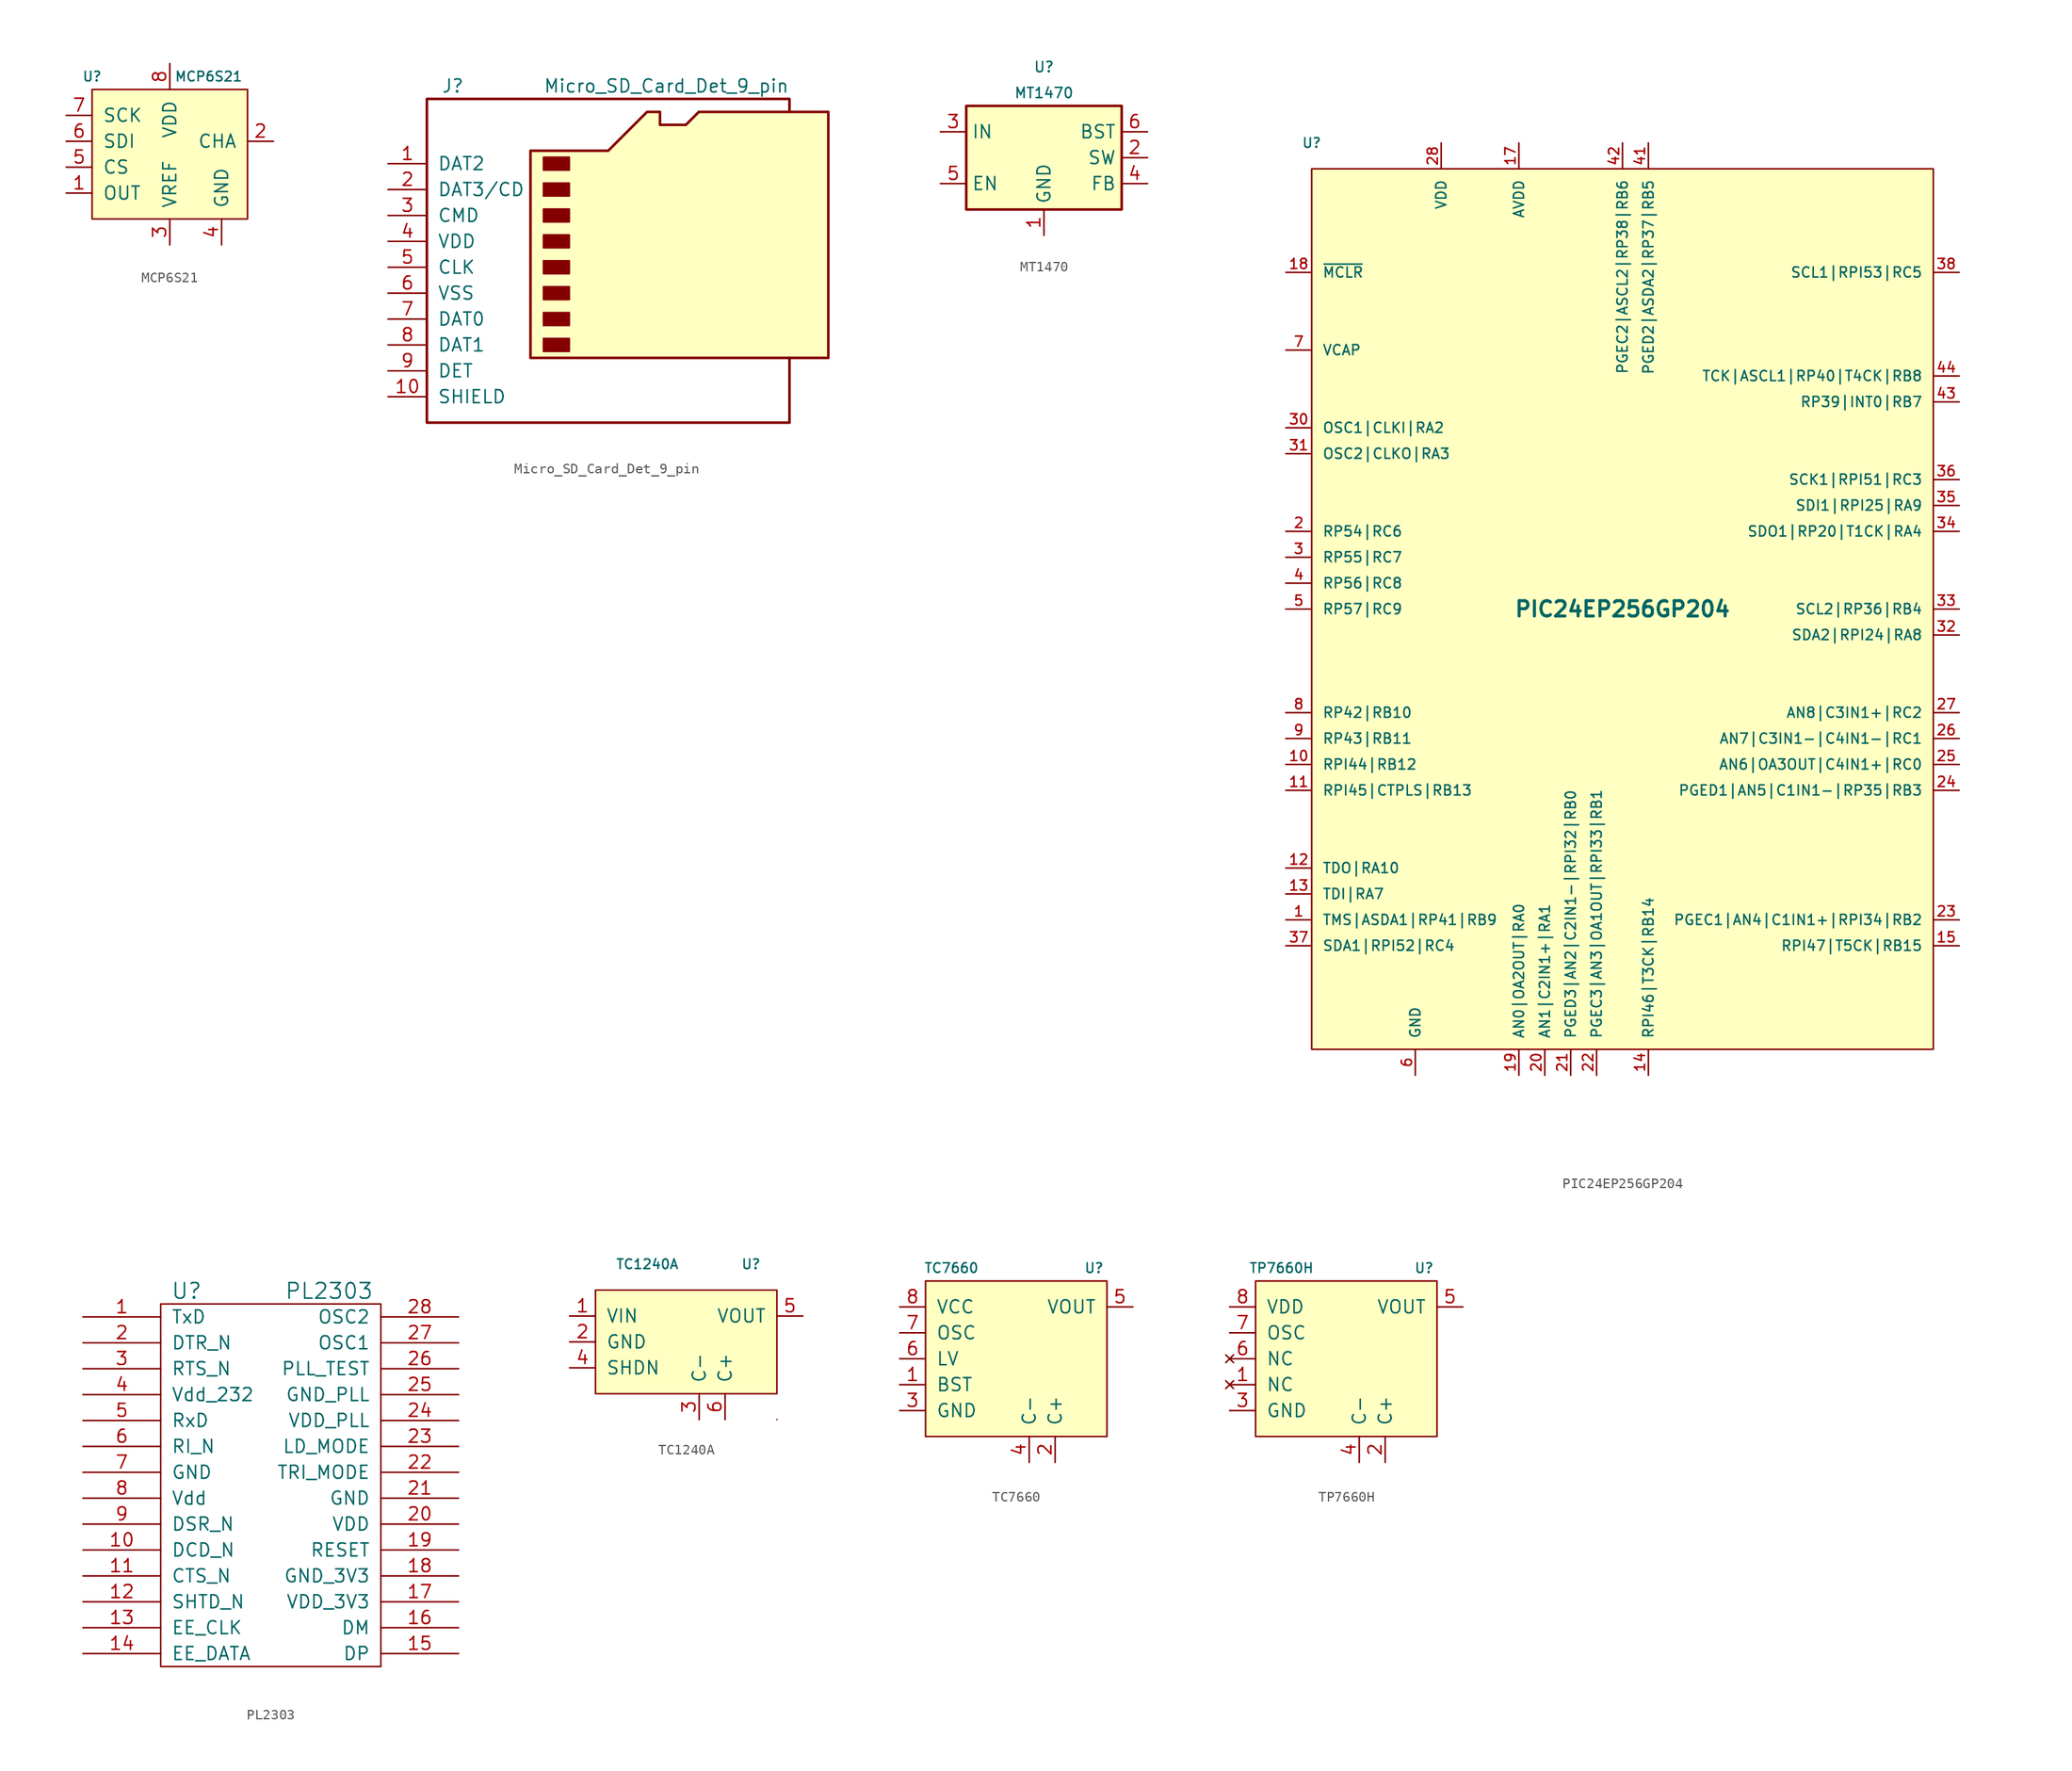
<source format=kicad_sym>
(kicad_symbol_lib
  (version 20220914)
  (generator kicad_symbol_editor)
  (symbol "MCP6S21"
    (pin_names
      (offset 1.016))
    (property "Reference" "U"
      (at -7.62 7.62 0)
      (effects (font (size 0.94 0.94))))
    (property "Value" "MCP6S21"
      (at 3.81 7.62 0)
      (effects (font (size 0.94 0.94))))
    (symbol "MCP6S21_0_0"
      (rectangle (start -7.62 6.35) (end 7.62 -6.35) (stroke (width 0) (type default)) (fill (type background))))
    (symbol "MCP6S21_1_1"
      (pin output line (at -10.16 -3.81 0) (length 2.54) (name "OUT" (effects (font (size 1.27 1.27)))) (number "1" (effects (font (size 1.27 1.27)))))
      (pin input line (at 10.16 1.27 180) (length 2.54) (name "CHA" (effects (font (size 1.27 1.27)))) (number "2" (effects (font (size 1.27 1.27)))))
      (pin input line (at 0 -8.89 90) (length 2.54) (name "VREF" (effects (font (size 1.27 1.27)))) (number "3" (effects (font (size 1.27 1.27)))))
      (pin power_in line (at 5.08 -8.89 90) (length 2.54) (name "GND" (effects (font (size 1.27 1.27)))) (number "4" (effects (font (size 1.27 1.27)))))
      (pin input line (at -10.16 -1.27 0) (length 2.54) (name "CS" (effects (font (size 1.27 1.27)))) (number "5" (effects (font (size 1.27 1.27)))))
      (pin input line (at -10.16 1.27 0) (length 2.54) (name "SDI" (effects (font (size 1.27 1.27)))) (number "6" (effects (font (size 1.27 1.27)))))
      (pin input line (at -10.16 3.81 0) (length 2.54) (name "SCK" (effects (font (size 1.27 1.27)))) (number "7" (effects (font (size 1.27 1.27)))))
      (pin power_in line (at 0 8.89 270) (length 2.54) (name "VDD" (effects (font (size 1.27 1.27)))) (number "8" (effects (font (size 1.27 1.27)))))))
  (symbol "Micro_SD_Card_Det_9_pin"
    (pin_names
      (offset 1.016))
    (property "Reference" "J"
      (at -16.51 17.78 0)
      (effects (font (size 1.27 1.27))))
    (property "Value" "Micro_SD_Card_Det_9_pin"
      (at 16.51 17.78 0)
      (effects (font (size 1.27 1.27)) (justify right)))
    (symbol "Micro_SD_Card_Det_9_pin_0_1"
      (rectangle (start -7.62 -6.985) (end -5.08 -8.255) (stroke (width 0) (type default)) (fill (type outline)))
      (rectangle (start -7.62 -4.445) (end -5.08 -5.715) (stroke (width 0) (type default)) (fill (type outline)))
      (rectangle (start -7.62 -1.905) (end -5.08 -3.175) (stroke (width 0) (type default)) (fill (type outline)))
      (rectangle (start -7.62 0.635) (end -5.08 -0.635) (stroke (width 0) (type default)) (fill (type outline)))
      (rectangle (start -7.62 3.175) (end -5.08 1.905) (stroke (width 0) (type default)) (fill (type outline)))
      (rectangle (start -7.62 5.715) (end -5.08 4.445) (stroke (width 0) (type default)) (fill (type outline)))
      (rectangle (start -7.62 8.255) (end -5.08 6.985) (stroke (width 0) (type default)) (fill (type outline)))
      (rectangle (start -7.62 10.795) (end -5.08 9.525) (stroke (width 0) (type default)) (fill (type outline)))
      (polyline (pts (xy 16.51 15.24) (xy 16.51 16.51) (xy -19.05 16.51) (xy -19.05 -15.24) (xy 16.51 -15.24) (xy 16.51 -8.89)) (stroke (width 0.254) (type default)) (fill (type none)))
      (polyline (pts (xy -8.89 -8.89) (xy -8.89 11.43) (xy -1.27 11.43) (xy 2.54 15.24) (xy 3.81 15.24) (xy 3.81 13.97) (xy 6.35 13.97) (xy 7.62 15.24) (xy 20.32 15.24) (xy 20.32 -8.89) (xy -8.89 -8.89)) (stroke (width 0.254) (type default)) (fill (type background))))
    (symbol "Micro_SD_Card_Det_9_pin_1_1"
      (pin bidirectional line (at -22.86 10.16 0) (length 3.81) (name "DAT2" (effects (font (size 1.27 1.27)))) (number "1" (effects (font (size 1.27 1.27)))))
      (pin power_in line (at -22.86 -12.7 0) (length 3.81) (name "SHIELD" (effects (font (size 1.27 1.27)))) (number "10" (effects (font (size 1.27 1.27)))))
      (pin bidirectional line (at -22.86 7.62 0) (length 3.81) (name "DAT3/CD" (effects (font (size 1.27 1.27)))) (number "2" (effects (font (size 1.27 1.27)))))
      (pin input line (at -22.86 5.08 0) (length 3.81) (name "CMD" (effects (font (size 1.27 1.27)))) (number "3" (effects (font (size 1.27 1.27)))))
      (pin power_in line (at -22.86 2.54 0) (length 3.81) (name "VDD" (effects (font (size 1.27 1.27)))) (number "4" (effects (font (size 1.27 1.27)))))
      (pin input line (at -22.86 0 0) (length 3.81) (name "CLK" (effects (font (size 1.27 1.27)))) (number "5" (effects (font (size 1.27 1.27)))))
      (pin power_in line (at -22.86 -2.54 0) (length 3.81) (name "VSS" (effects (font (size 1.27 1.27)))) (number "6" (effects (font (size 1.27 1.27)))))
      (pin bidirectional line (at -22.86 -5.08 0) (length 3.81) (name "DAT0" (effects (font (size 1.27 1.27)))) (number "7" (effects (font (size 1.27 1.27)))))
      (pin bidirectional line (at -22.86 -7.62 0) (length 3.81) (name "DAT1" (effects (font (size 1.27 1.27)))) (number "8" (effects (font (size 1.27 1.27)))))
      (pin passive line (at -22.86 -10.16 0) (length 3.81) (name "DET" (effects (font (size 1.27 1.27)))) (number "9" (effects (font (size 1.27 1.27)))))))
  (symbol "MT1470"
    (property "Reference" "U"
      (at 0 8.89 0)
      (effects (font (size 1 1))))
    (property "Value" "MT1470"
      (at 0 6.35 0)
      (effects (font (size 1 1))))
    (symbol "MT1470_1_1"
      (rectangle (start -7.62 5.08) (end 7.62 -5.08) (stroke (width 0.25) (type default)) (fill (type background)))
      (pin input line (at 0 -7.62 90) (length 2.54) (name "GND" (effects (font (size 1.27 1.27)))) (number "1" (effects (font (size 1.27 1.27)))))
      (pin input line (at 10.16 0 180) (length 2.54) (name "SW" (effects (font (size 1.27 1.27)))) (number "2" (effects (font (size 1.27 1.27)))))
      (pin input line (at -10.16 2.54 0) (length 2.54) (name "IN" (effects (font (size 1.27 1.27)))) (number "3" (effects (font (size 1.27 1.27)))))
      (pin input line (at 10.16 -2.54 180) (length 2.54) (name "FB" (effects (font (size 1.27 1.27)))) (number "4" (effects (font (size 1.27 1.27)))))
      (pin input line (at -10.16 -2.54 0) (length 2.54) (name "EN" (effects (font (size 1.27 1.27)))) (number "5" (effects (font (size 1.27 1.27)))))
      (pin input line (at 10.16 2.54 180) (length 2.54) (name "BST" (effects (font (size 1.27 1.27)))) (number "6" (effects (font (size 1.27 1.27)))))))
  (symbol "PIC24EP256GP204"
    (pin_names
      (offset 1.016))
    (property "Reference" "U"
      (at -30.48 45.72 0)
      (effects (font (size 0.94 0.94))))
    (property "Value" "PIC24EP256GP204"
      (at 0 0 0)
      (effects (font (size 1.499 1.499) bold)))
    (symbol "PIC24EP256GP204_0_1"
      (rectangle (start -30.48 43.18) (end 30.48 -43.18) (stroke (width 0) (type default)) (fill (type background))))
    (symbol "PIC24EP256GP204_1_1"
      (pin bidirectional line (at -33.02 -30.48 0) (length 2.54) (name "TMS|ASDA1|RP41|RB9" (effects (font (size 0.991 0.991)))) (number "1" (effects (font (size 0.991 0.991)))))
      (pin bidirectional line (at -33.02 -15.24 0) (length 2.54) (name "RPI44|RB12" (effects (font (size 0.991 0.991)))) (number "10" (effects (font (size 0.991 0.991)))))
      (pin bidirectional line (at -33.02 -17.78 0) (length 2.54) (name "RPI45|CTPLS|RB13" (effects (font (size 0.991 0.991)))) (number "11" (effects (font (size 0.991 0.991)))))
      (pin bidirectional line (at -33.02 -25.4 0) (length 2.54) (name "TDO|RA10" (effects (font (size 0.991 0.991)))) (number "12" (effects (font (size 0.991 0.991)))))
      (pin bidirectional line (at -33.02 -27.94 0) (length 2.54) (name "TDI|RA7" (effects (font (size 0.991 0.991)))) (number "13" (effects (font (size 0.991 0.991)))))
      (pin bidirectional line (at 2.54 -45.72 90) (length 2.54) (name "RPI46|T3CK|RB14" (effects (font (size 0.991 0.991)))) (number "14" (effects (font (size 0.991 0.991)))))
      (pin bidirectional line (at 33.02 -33.02 180) (length 2.54) (name "RPI47|T5CK|RB15" (effects (font (size 0.991 0.991)))) (number "15" (effects (font (size 0.991 0.991)))))
      (pin power_in line (at -20.32 -45.72 90) (length 2.54) hide (name "GND" (effects (font (size 0.991 0.991)))) (number "16" (effects (font (size 0.991 0.991)))))
      (pin power_in line (at -10.16 45.72 270) (length 2.54) (name "AVDD" (effects (font (size 0.991 0.991)))) (number "17" (effects (font (size 0.991 0.991)))))
      (pin passive line (at -33.02 33.02 0) (length 2.54) (name "~{MCLR}" (effects (font (size 0.991 0.991)))) (number "18" (effects (font (size 0.991 0.991)))))
      (pin bidirectional line (at -10.16 -45.72 90) (length 2.54) (name "AN0|OA2OUT|RA0" (effects (font (size 0.991 0.991)))) (number "19" (effects (font (size 0.991 0.991)))))
      (pin bidirectional line (at -33.02 7.62 0) (length 2.54) (name "RP54|RC6" (effects (font (size 0.991 0.991)))) (number "2" (effects (font (size 0.991 0.991)))))
      (pin bidirectional line (at -7.62 -45.72 90) (length 2.54) (name "AN1|C2IN1+|RA1" (effects (font (size 0.991 0.991)))) (number "20" (effects (font (size 0.991 0.991)))))
      (pin bidirectional line (at -5.08 -45.72 90) (length 2.54) (name "PGED3|AN2|C2IN1-|RPI32|RB0" (effects (font (size 0.991 0.991)))) (number "21" (effects (font (size 0.991 0.991)))))
      (pin bidirectional line (at -2.54 -45.72 90) (length 2.54) (name "PGEC3|AN3|OA1OUT|RPI33|RB1" (effects (font (size 0.991 0.991)))) (number "22" (effects (font (size 0.991 0.991)))))
      (pin bidirectional line (at 33.02 -30.48 180) (length 2.54) (name "PGEC1|AN4|C1IN1+|RPI34|RB2" (effects (font (size 0.991 0.991)))) (number "23" (effects (font (size 0.991 0.991)))))
      (pin bidirectional line (at 33.02 -17.78 180) (length 2.54) (name "PGED1|AN5|C1IN1-|RP35|RB3" (effects (font (size 0.991 0.991)))) (number "24" (effects (font (size 0.991 0.991)))))
      (pin bidirectional line (at 33.02 -15.24 180) (length 2.54) (name "AN6|OA3OUT|C4IN1+|RC0" (effects (font (size 0.991 0.991)))) (number "25" (effects (font (size 0.991 0.991)))))
      (pin bidirectional line (at 33.02 -12.7 180) (length 2.54) (name "AN7|C3IN1-|C4IN1-|RC1" (effects (font (size 0.991 0.991)))) (number "26" (effects (font (size 0.991 0.991)))))
      (pin bidirectional line (at 33.02 -10.16 180) (length 2.54) (name "AN8|C3IN1+|RC2" (effects (font (size 0.991 0.991)))) (number "27" (effects (font (size 0.991 0.991)))))
      (pin input line (at -17.78 45.72 270) (length 2.54) (name "VDD" (effects (font (size 0.991 0.991)))) (number "28" (effects (font (size 0.991 0.991)))))
      (pin power_in line (at -20.32 -45.72 90) (length 2.54) hide (name "GND" (effects (font (size 0.991 0.991)))) (number "29" (effects (font (size 0.991 0.991)))))
      (pin bidirectional line (at -33.02 5.08 0) (length 2.54) (name "RP55|RC7" (effects (font (size 0.991 0.991)))) (number "3" (effects (font (size 0.991 0.991)))))
      (pin bidirectional line (at -33.02 17.78 0) (length 2.54) (name "OSC1|CLKI|RA2" (effects (font (size 0.991 0.991)))) (number "30" (effects (font (size 0.991 0.991)))))
      (pin bidirectional line (at -33.02 15.24 0) (length 2.54) (name "OSC2|CLKO|RA3" (effects (font (size 0.991 0.991)))) (number "31" (effects (font (size 0.991 0.991)))))
      (pin bidirectional line (at 33.02 -2.54 180) (length 2.54) (name "SDA2|RPI24|RA8" (effects (font (size 0.991 0.991)))) (number "32" (effects (font (size 0.991 0.991)))))
      (pin bidirectional line (at 33.02 0 180) (length 2.54) (name "SCL2|RP36|RB4" (effects (font (size 0.991 0.991)))) (number "33" (effects (font (size 0.991 0.991)))))
      (pin bidirectional line (at 33.02 7.62 180) (length 2.54) (name "SDO1|RP20|T1CK|RA4" (effects (font (size 0.991 0.991)))) (number "34" (effects (font (size 0.991 0.991)))))
      (pin bidirectional line (at 33.02 10.16 180) (length 2.54) (name "SDI1|RPI25|RA9" (effects (font (size 0.991 0.991)))) (number "35" (effects (font (size 0.991 0.991)))))
      (pin bidirectional line (at 33.02 12.7 180) (length 2.54) (name "SCK1|RPI51|RC3" (effects (font (size 0.991 0.991)))) (number "36" (effects (font (size 0.991 0.991)))))
      (pin bidirectional line (at -33.02 -33.02 0) (length 2.54) (name "SDA1|RPI52|RC4" (effects (font (size 0.991 0.991)))) (number "37" (effects (font (size 0.991 0.991)))))
      (pin bidirectional line (at 33.02 33.02 180) (length 2.54) (name "SCL1|RPI53|RC5" (effects (font (size 0.991 0.991)))) (number "38" (effects (font (size 0.991 0.991)))))
      (pin power_in line (at -20.32 -45.72 90) (length 2.54) hide (name "GND" (effects (font (size 0.991 0.991)))) (number "39" (effects (font (size 0.991 0.991)))))
      (pin bidirectional line (at -33.02 2.54 0) (length 2.54) (name "RP56|RC8" (effects (font (size 0.991 0.991)))) (number "4" (effects (font (size 0.991 0.991)))))
      (pin input line (at -17.78 45.72 270) (length 2.54) hide (name "VDD" (effects (font (size 0.991 0.991)))) (number "40" (effects (font (size 0.991 0.991)))))
      (pin bidirectional line (at 2.54 45.72 270) (length 2.54) (name "PGED2|ASDA2|RP37|RB5" (effects (font (size 0.991 0.991)))) (number "41" (effects (font (size 0.991 0.991)))))
      (pin bidirectional line (at 0 45.72 270) (length 2.54) (name "PGEC2|ASCL2|RP38|RB6" (effects (font (size 0.991 0.991)))) (number "42" (effects (font (size 0.991 0.991)))))
      (pin bidirectional line (at 33.02 20.32 180) (length 2.54) (name "RP39|INT0|RB7" (effects (font (size 0.991 0.991)))) (number "43" (effects (font (size 0.991 0.991)))))
      (pin bidirectional line (at 33.02 22.86 180) (length 2.54) (name "TCK|ASCL1|RP40|T4CK|RB8" (effects (font (size 0.991 0.991)))) (number "44" (effects (font (size 0.991 0.991)))))
      (pin bidirectional line (at -33.02 0 0) (length 2.54) (name "RP57|RC9" (effects (font (size 0.991 0.991)))) (number "5" (effects (font (size 0.991 0.991)))))
      (pin power_in line (at -20.32 -45.72 90) (length 2.54) (name "GND" (effects (font (size 0.991 0.991)))) (number "6" (effects (font (size 0.991 0.991)))))
      (pin passive line (at -33.02 25.4 0) (length 2.54) (name "VCAP" (effects (font (size 0.991 0.991)))) (number "7" (effects (font (size 0.991 0.991)))))
      (pin bidirectional line (at -33.02 -10.16 0) (length 2.54) (name "RP42|RB10" (effects (font (size 0.991 0.991)))) (number "8" (effects (font (size 0.991 0.991)))))
      (pin bidirectional line (at -33.02 -12.7 0) (length 2.54) (name "RP43|RB11" (effects (font (size 0.991 0.991)))) (number "9" (effects (font (size 0.991 0.991)))))))
  (symbol "PL2303"
    (pin_names
      (offset 1.016))
    (property "Reference" "U"
      (at -8.89 17.78 0)
      (effects (font (size 1.524 1.524))))
    (property "Value" "PL2303"
      (at 5.08 17.78 0)
      (effects (font (size 1.524 1.524))))
    (symbol "PL2303_0_1"
      (rectangle (start -11.43 16.51) (end 10.16 -19.05) (stroke (width 0) (type default)) (fill (type none))))
    (symbol "PL2303_1_1"
      (pin input line (at -19.05 15.24 0) (length 7.62) (name "TxD" (effects (font (size 1.27 1.27)))) (number "1" (effects (font (size 1.27 1.27)))))
      (pin input line (at -19.05 -7.62 0) (length 7.62) (name "DCD_N" (effects (font (size 1.27 1.27)))) (number "10" (effects (font (size 1.27 1.27)))))
      (pin input line (at -19.05 -10.16 0) (length 7.62) (name "CTS_N" (effects (font (size 1.27 1.27)))) (number "11" (effects (font (size 1.27 1.27)))))
      (pin input line (at -19.05 -12.7 0) (length 7.62) (name "SHTD_N" (effects (font (size 1.27 1.27)))) (number "12" (effects (font (size 1.27 1.27)))))
      (pin input line (at -19.05 -15.24 0) (length 7.62) (name "EE_CLK" (effects (font (size 1.27 1.27)))) (number "13" (effects (font (size 1.27 1.27)))))
      (pin input line (at -19.05 -17.78 0) (length 7.62) (name "EE_DATA" (effects (font (size 1.27 1.27)))) (number "14" (effects (font (size 1.27 1.27)))))
      (pin input line (at 17.78 -17.78 180) (length 7.62) (name "DP" (effects (font (size 1.27 1.27)))) (number "15" (effects (font (size 1.27 1.27)))))
      (pin input line (at 17.78 -15.24 180) (length 7.62) (name "DM" (effects (font (size 1.27 1.27)))) (number "16" (effects (font (size 1.27 1.27)))))
      (pin input line (at 17.78 -12.7 180) (length 7.62) (name "VDD_3V3" (effects (font (size 1.27 1.27)))) (number "17" (effects (font (size 1.27 1.27)))))
      (pin input line (at 17.78 -10.16 180) (length 7.62) (name "GND_3V3" (effects (font (size 1.27 1.27)))) (number "18" (effects (font (size 1.27 1.27)))))
      (pin input line (at 17.78 -7.62 180) (length 7.62) (name "RESET" (effects (font (size 1.27 1.27)))) (number "19" (effects (font (size 1.27 1.27)))))
      (pin input line (at -19.05 12.7 0) (length 7.62) (name "DTR_N" (effects (font (size 1.27 1.27)))) (number "2" (effects (font (size 1.27 1.27)))))
      (pin input line (at 17.78 -5.08 180) (length 7.62) (name "VDD" (effects (font (size 1.27 1.27)))) (number "20" (effects (font (size 1.27 1.27)))))
      (pin input line (at 17.78 -2.54 180) (length 7.62) (name "GND" (effects (font (size 1.27 1.27)))) (number "21" (effects (font (size 1.27 1.27)))))
      (pin input line (at 17.78 0 180) (length 7.62) (name "TRI_MODE" (effects (font (size 1.27 1.27)))) (number "22" (effects (font (size 1.27 1.27)))))
      (pin input line (at 17.78 2.54 180) (length 7.62) (name "LD_MODE" (effects (font (size 1.27 1.27)))) (number "23" (effects (font (size 1.27 1.27)))))
      (pin input line (at 17.78 5.08 180) (length 7.62) (name "VDD_PLL" (effects (font (size 1.27 1.27)))) (number "24" (effects (font (size 1.27 1.27)))))
      (pin input line (at 17.78 7.62 180) (length 7.62) (name "GND_PLL" (effects (font (size 1.27 1.27)))) (number "25" (effects (font (size 1.27 1.27)))))
      (pin input line (at 17.78 10.16 180) (length 7.62) (name "PLL_TEST" (effects (font (size 1.27 1.27)))) (number "26" (effects (font (size 1.27 1.27)))))
      (pin input line (at 17.78 12.7 180) (length 7.62) (name "OSC1" (effects (font (size 1.27 1.27)))) (number "27" (effects (font (size 1.27 1.27)))))
      (pin input line (at 17.78 15.24 180) (length 7.62) (name "OSC2" (effects (font (size 1.27 1.27)))) (number "28" (effects (font (size 1.27 1.27)))))
      (pin input line (at -19.05 10.16 0) (length 7.62) (name "RTS_N" (effects (font (size 1.27 1.27)))) (number "3" (effects (font (size 1.27 1.27)))))
      (pin input line (at -19.05 7.62 0) (length 7.62) (name "Vdd_232" (effects (font (size 1.27 1.27)))) (number "4" (effects (font (size 1.27 1.27)))))
      (pin input line (at -19.05 5.08 0) (length 7.62) (name "RxD" (effects (font (size 1.27 1.27)))) (number "5" (effects (font (size 1.27 1.27)))))
      (pin input line (at -19.05 2.54 0) (length 7.62) (name "RI_N" (effects (font (size 1.27 1.27)))) (number "6" (effects (font (size 1.27 1.27)))))
      (pin input line (at -19.05 0 0) (length 7.62) (name "GND" (effects (font (size 1.27 1.27)))) (number "7" (effects (font (size 1.27 1.27)))))
      (pin input line (at -19.05 -2.54 0) (length 7.62) (name "Vdd" (effects (font (size 1.27 1.27)))) (number "8" (effects (font (size 1.27 1.27)))))
      (pin input line (at -19.05 -5.08 0) (length 7.62) (name "DSR_N" (effects (font (size 1.27 1.27)))) (number "9" (effects (font (size 1.27 1.27)))))))
  (symbol "TC1240A"
    (pin_names
      (offset 1.016))
    (property "Reference" "U"
      (at 5.08 7.62 0)
      (effects (font (size 0.94 0.94))))
    (property "Value" "TC1240A"
      (at -5.08 7.62 0)
      (effects (font (size 0.94 0.94))))
    (symbol "TC1240A_0_1"
      (rectangle (start -10.16 5.08) (end 7.62 -5.08) (stroke (width 0) (type default)) (fill (type background)))
      (rectangle (start 7.62 -7.62) (end 7.62 -7.62) (stroke (width 0) (type default)) (fill (type none))))
    (symbol "TC1240A_1_1"
      (pin power_in line (at -12.7 2.54 0) (length 2.54) (name "VIN" (effects (font (size 1.27 1.27)))) (number "1" (effects (font (size 1.27 1.27)))))
      (pin input line (at -12.7 0 0) (length 2.54) (name "GND" (effects (font (size 1.27 1.27)))) (number "2" (effects (font (size 1.27 1.27)))))
      (pin input line (at 0 -7.62 90) (length 2.54) (name "C-" (effects (font (size 1.27 1.27)))) (number "3" (effects (font (size 1.27 1.27)))))
      (pin input line (at -12.7 -2.54 0) (length 2.54) (name "SHDN" (effects (font (size 1.27 1.27)))) (number "4" (effects (font (size 1.27 1.27)))))
      (pin input line (at 10.16 2.54 180) (length 2.54) (name "VOUT" (effects (font (size 1.27 1.27)))) (number "5" (effects (font (size 1.27 1.27)))))
      (pin input line (at 2.54 -7.62 90) (length 2.54) (name "C+" (effects (font (size 1.27 1.27)))) (number "6" (effects (font (size 1.27 1.27)))))))
  (symbol "TC7660"
    (pin_names
      (offset 1.016))
    (property "Reference" "U"
      (at 6.35 3.81 0)
      (effects (font (size 0.94 0.94))))
    (property "Value" "TC7660"
      (at -7.62 3.81 0)
      (effects (font (size 0.94 0.94))))
    (symbol "TC7660_0_1"
      (rectangle (start -10.16 2.54) (end 7.62 -12.7) (stroke (width 0) (type default)) (fill (type background))))
    (symbol "TC7660_1_1"
      (pin input line (at -12.7 -7.62 0) (length 2.54) (name "BST" (effects (font (size 1.27 1.27)))) (number "1" (effects (font (size 1.27 1.27)))))
      (pin input line (at 2.54 -15.24 90) (length 2.54) (name "C+" (effects (font (size 1.27 1.27)))) (number "2" (effects (font (size 1.27 1.27)))))
      (pin input line (at -12.7 -10.16 0) (length 2.54) (name "GND" (effects (font (size 1.27 1.27)))) (number "3" (effects (font (size 1.27 1.27)))))
      (pin input line (at 0 -15.24 90) (length 2.54) (name "C-" (effects (font (size 1.27 1.27)))) (number "4" (effects (font (size 1.27 1.27)))))
      (pin input line (at 10.16 0 180) (length 2.54) (name "VOUT" (effects (font (size 1.27 1.27)))) (number "5" (effects (font (size 1.27 1.27)))))
      (pin input line (at -12.7 -5.08 0) (length 2.54) (name "LV" (effects (font (size 1.27 1.27)))) (number "6" (effects (font (size 1.27 1.27)))))
      (pin input line (at -12.7 -2.54 0) (length 2.54) (name "OSC" (effects (font (size 1.27 1.27)))) (number "7" (effects (font (size 1.27 1.27)))))
      (pin input line (at -12.7 0 0) (length 2.54) (name "VCC" (effects (font (size 1.27 1.27)))) (number "8" (effects (font (size 1.27 1.27)))))))
  (symbol "TP7660H"
    (pin_names
      (offset 1.016))
    (property "Reference" "U"
      (at 6.35 3.81 0)
      (effects (font (size 0.94 0.94))))
    (property "Value" "TP7660H"
      (at -7.62 3.81 0)
      (effects (font (size 0.94 0.94))))
    (symbol "TP7660H_0_1"
      (rectangle (start -10.16 2.54) (end 7.62 -12.7) (stroke (width 0) (type default)) (fill (type background))))
    (symbol "TP7660H_1_1"
      (pin no_connect line (at -12.7 -7.62 0) (length 2.54) (name "NC" (effects (font (size 1.27 1.27)))) (number "1" (effects (font (size 1.27 1.27)))))
      (pin output line (at 2.54 -15.24 90) (length 2.54) (name "C+" (effects (font (size 1.27 1.27)))) (number "2" (effects (font (size 1.27 1.27)))))
      (pin input line (at -12.7 -10.16 0) (length 2.54) (name "GND" (effects (font (size 1.27 1.27)))) (number "3" (effects (font (size 1.27 1.27)))))
      (pin output line (at 0 -15.24 90) (length 2.54) (name "C-" (effects (font (size 1.27 1.27)))) (number "4" (effects (font (size 1.27 1.27)))))
      (pin power_out line (at 10.16 0 180) (length 2.54) (name "VOUT" (effects (font (size 1.27 1.27)))) (number "5" (effects (font (size 1.27 1.27)))))
      (pin no_connect line (at -12.7 -5.08 0) (length 2.54) (name "NC" (effects (font (size 1.27 1.27)))) (number "6" (effects (font (size 1.27 1.27)))))
      (pin input line (at -12.7 -2.54 0) (length 2.54) (name "OSC" (effects (font (size 1.27 1.27)))) (number "7" (effects (font (size 1.27 1.27)))))
      (pin power_in line (at -12.7 0 0) (length 2.54) (name "VDD" (effects (font (size 1.27 1.27)))) (number "8" (effects (font (size 1.27 1.27))))))))
</source>
